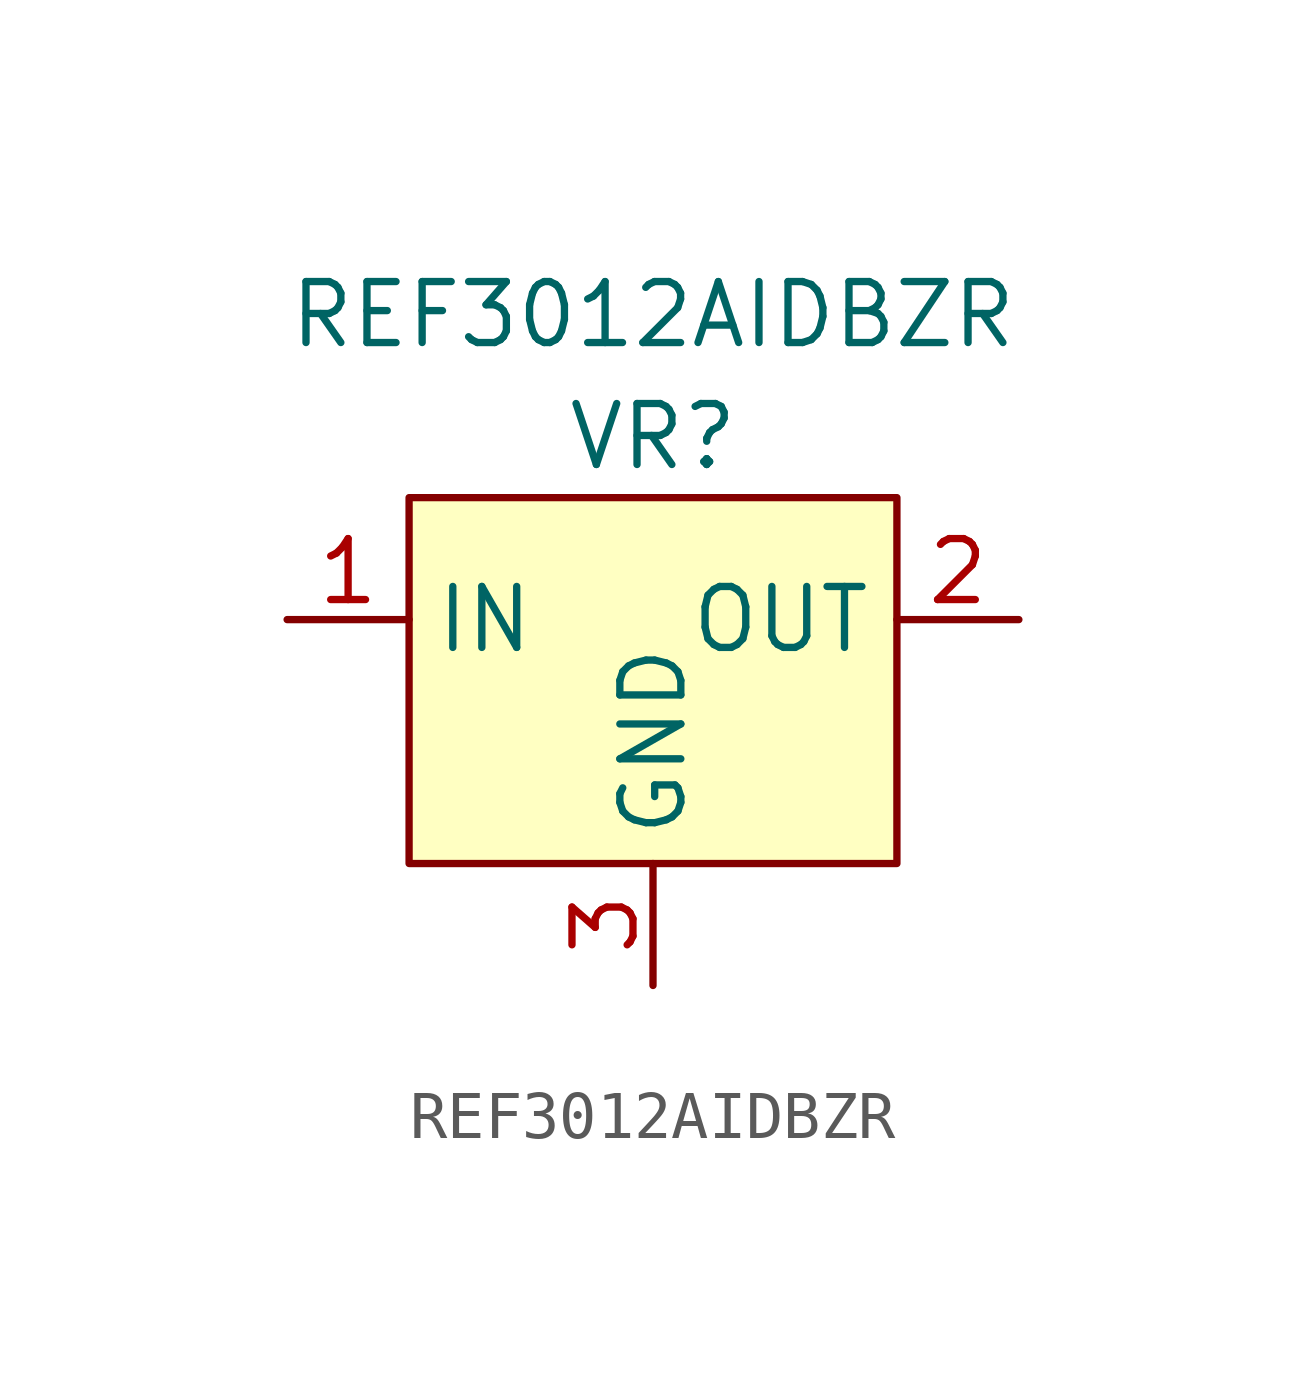
<source format=kicad_sym>
(kicad_symbol_lib
  (version 20201005)
  (generator kicad_symbol_editor)
  (symbol "REF3012AIDBZR"
    (property "Reference" "VR"
      (at 0 3.81 0)
      (effects (font (size 1.27 1.27))))
    (property "Value" "REF3012AIDBZR"
      (at 0 6.35 0)
      (effects (font (size 1.27 1.27))))
    (symbol "REF3012AIDBZR_1_1"
      (rectangle (start -5.08 2.54) (end 5.08 -5.08) (stroke (width 0)) (fill (type background)))
      (pin power_in line (at -7.62 0 0) (length 2.54) (name "IN" (effects (font (size 1.27 1.27)))) (number "1" (effects (font (size 1.27 1.27)))))
      (pin output line (at 7.62 0 180) (length 2.54) (name "OUT" (effects (font (size 1.27 1.27)))) (number "2" (effects (font (size 1.27 1.27)))))
      (pin power_in line (at 0 -7.62 90) (length 2.54) (name "GND" (effects (font (size 1.27 1.27)))) (number "3" (effects (font (size 1.27 1.27))))))))
</source>
